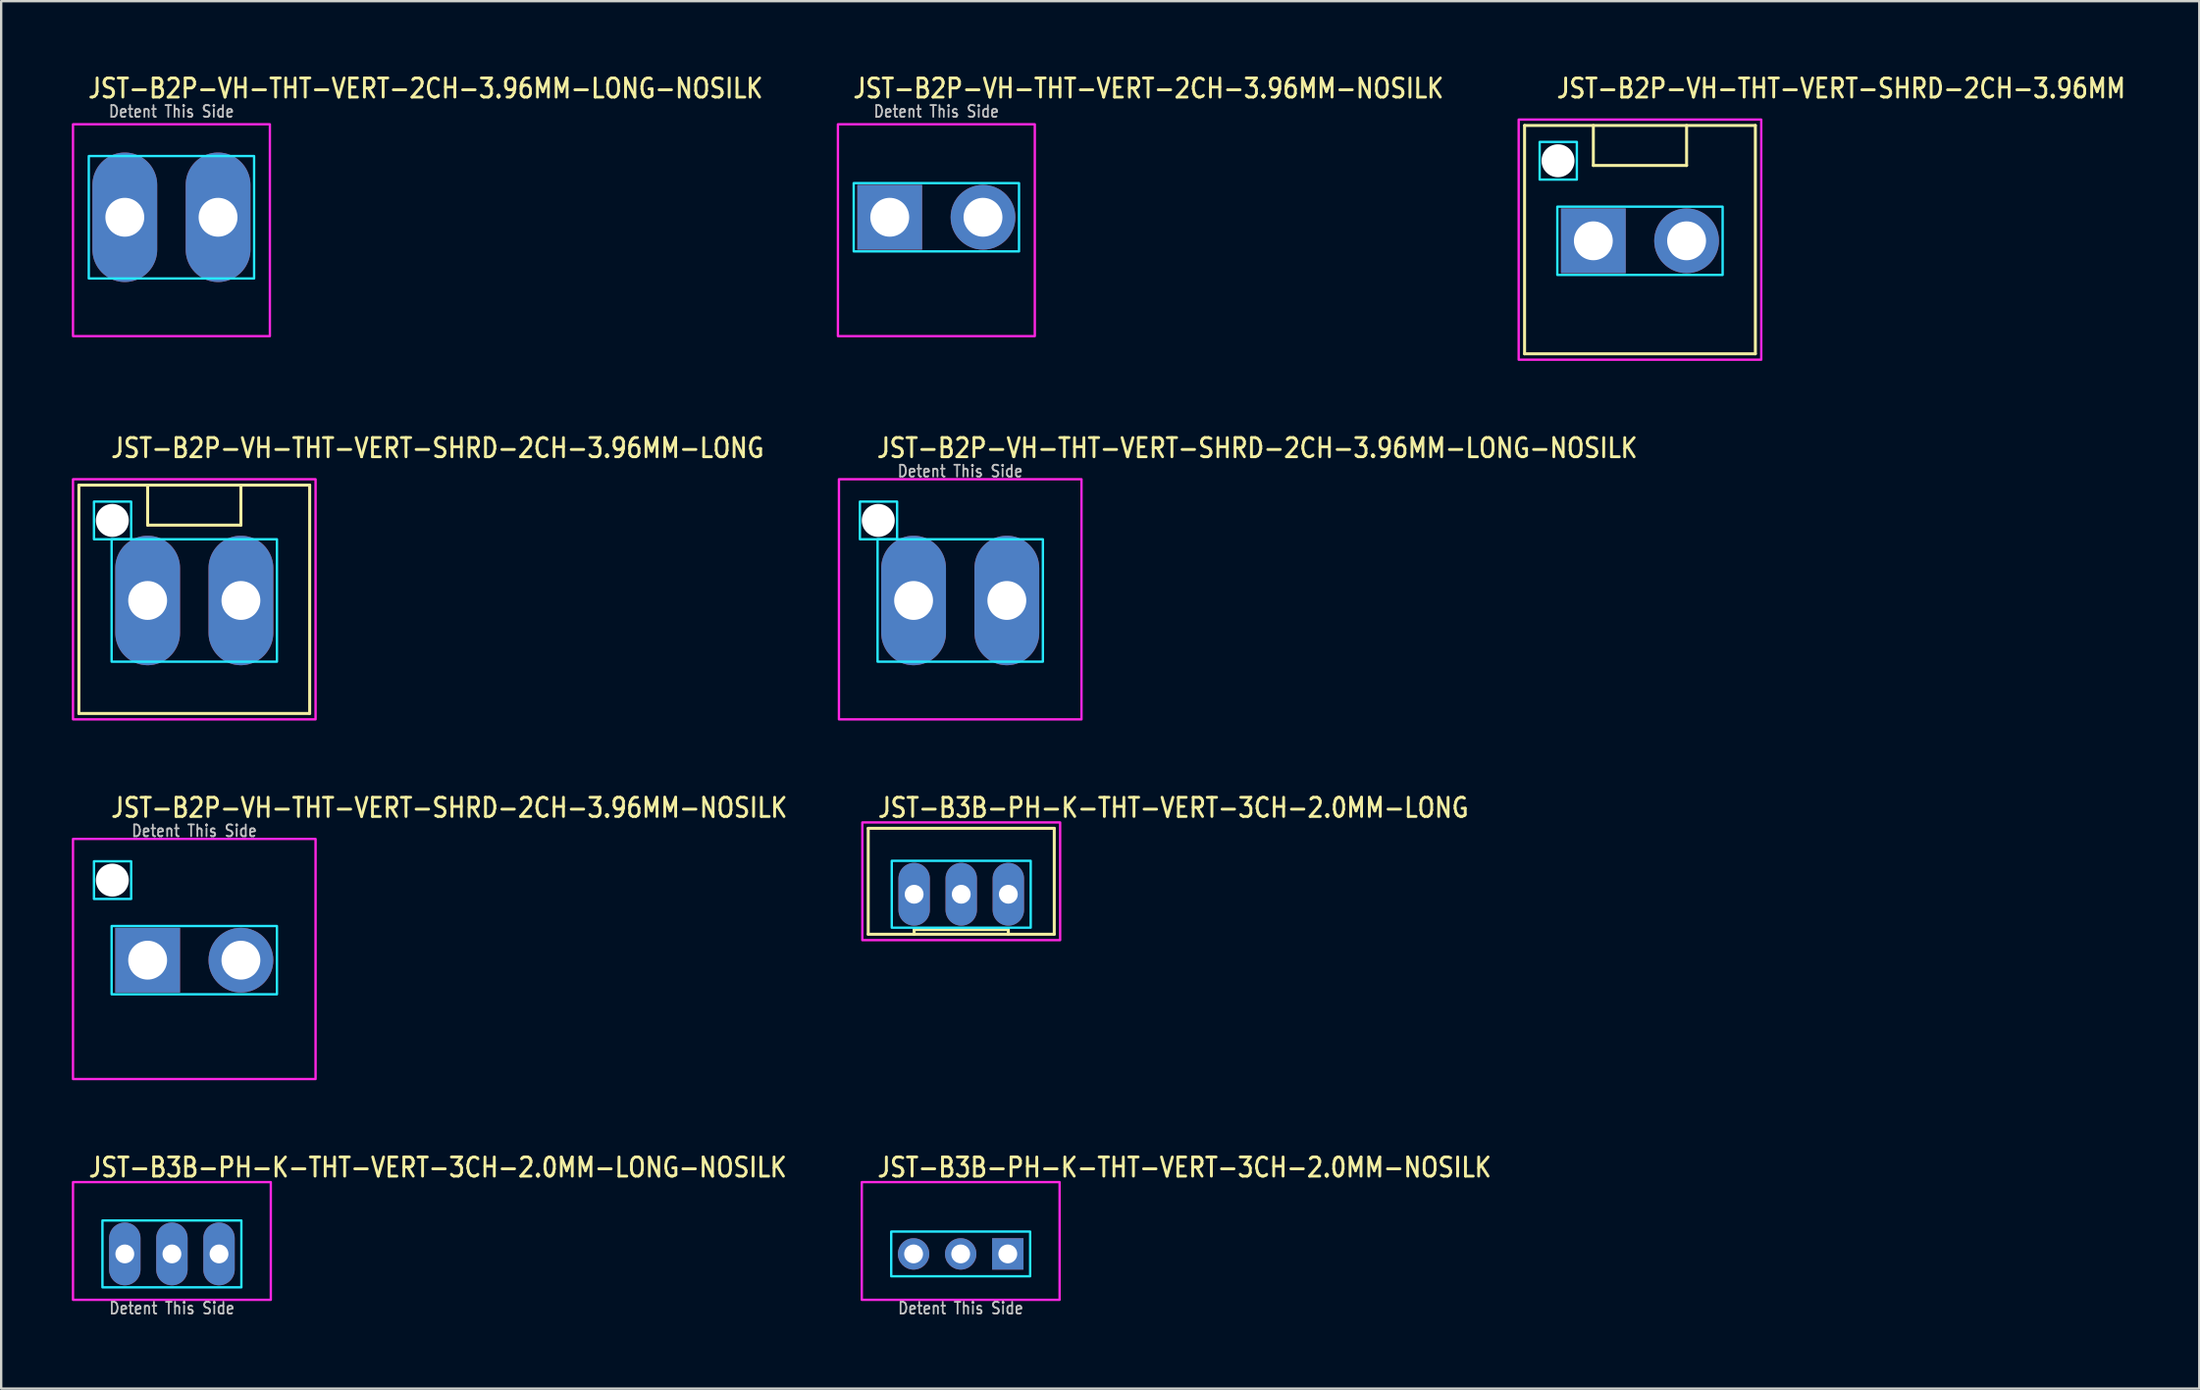
<source format=kicad_pcb>
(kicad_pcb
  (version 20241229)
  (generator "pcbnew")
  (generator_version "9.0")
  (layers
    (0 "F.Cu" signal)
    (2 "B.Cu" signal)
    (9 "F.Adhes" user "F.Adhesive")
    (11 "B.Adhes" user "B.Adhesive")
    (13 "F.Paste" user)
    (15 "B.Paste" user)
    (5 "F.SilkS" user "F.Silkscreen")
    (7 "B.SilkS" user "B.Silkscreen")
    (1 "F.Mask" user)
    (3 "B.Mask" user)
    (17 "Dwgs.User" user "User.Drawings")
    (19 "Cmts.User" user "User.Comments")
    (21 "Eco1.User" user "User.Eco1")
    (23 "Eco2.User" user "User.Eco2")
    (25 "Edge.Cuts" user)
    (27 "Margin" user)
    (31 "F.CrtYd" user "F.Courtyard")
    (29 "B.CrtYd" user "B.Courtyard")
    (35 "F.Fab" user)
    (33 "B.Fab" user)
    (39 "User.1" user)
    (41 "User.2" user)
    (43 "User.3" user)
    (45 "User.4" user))
  (footprint "JST-B3B-PH-K-THT-VERT-3CH-2.0MM-NOSILK"
    (layer "F.Cu")
    (at 37.745 50.214)
    (property "Reference" "JST-B3B-PH-K-THT-VERT-3CH-2.0MM-NOSILK" (at -3.6 -3.2 0) (unlocked yes) (layer "F.SilkS") (effects (font (size 0.813 0.695) (thickness 0.122)) (justify left bottom)))
    (fp_poly (pts (xy -2.95 -0.95) (xy -2.95 0.95) (xy 2.95 0.95) (xy 2.95 -0.95)) (stroke (width 0.1) (type solid)) (fill no) (layer "B.CrtYd"))
    (fp_poly (pts (xy -4.2 1.95) (xy -4.2 -3.05) (xy 4.2 -3.05) (xy 4.2 1.95)) (stroke (width 0.1) (type solid)) (fill no) (layer "F.CrtYd"))
    (fp_text user "Detent This Side" (at 0 2.6 0) (unlocked yes) (layer "Dwgs.User") (effects (font (size 0.5 0.427) (thickness 0.075)) (justify bottom)))
    (pad "1" thru_hole rect (at 2 0) (size 1.333 1.333) (drill 0.8) (layers "*.Cu" "*.Mask"))
    (pad "2" thru_hole oval (at 0 0) (size 1.333 1.333) (drill 0.8) (layers "*.Cu" "*.Mask"))
    (pad "3" thru_hole oval (at -2 0) (size 1.333 1.333) (drill 0.8) (layers "*.Cu" "*.Mask")))
  (footprint "JST-B3B-PH-K-THT-VERT-3CH-2.0MM-LONG"
    (layer "F.Cu")
    (at 37.768 34.936)
    (property "Reference" "JST-B3B-PH-K-THT-VERT-3CH-2.0MM-LONG" (at -3.6 -3.2 0) (unlocked yes) (layer "F.SilkS") (effects (font (size 0.813 0.695) (thickness 0.122)) (justify left bottom)))
    (fp_line (start -3.95 -2.8) (end -3.95 1.7) (stroke (width 0.127) (type solid)) (layer "F.SilkS"))
    (fp_line (start -3.95 -2.8) (end 3.95 -2.8) (stroke (width 0.127) (type solid)) (layer "F.SilkS"))
    (fp_line (start -3.95 1.7) (end 3.95 1.7) (stroke (width 0.127) (type solid)) (layer "F.SilkS"))
    (fp_line (start -2 1.7) (end -2 1.5) (stroke (width 0.127) (type solid)) (layer "F.SilkS"))
    (fp_line (start 2 1.5) (end -2 1.5) (stroke (width 0.127) (type solid)) (layer "F.SilkS"))
    (fp_line (start 2 1.7) (end 2 1.5) (stroke (width 0.127) (type solid)) (layer "F.SilkS"))
    (fp_line (start 3.95 1.7) (end 3.95 -2.8) (stroke (width 0.127) (type solid)) (layer "F.SilkS"))
    (fp_poly (pts (xy -2.95 -1.42) (xy -2.95 1.42) (xy 2.95 1.42) (xy 2.95 -1.42)) (stroke (width 0.1) (type solid)) (fill no) (layer "B.CrtYd"))
    (fp_poly (pts (xy -4.2 1.95) (xy -4.2 -3.05) (xy 4.2 -3.05) (xy 4.2 1.95)) (stroke (width 0.1) (type solid)) (fill no) (layer "F.CrtYd"))
    (pad "1" thru_hole oval (at 2 0 90) (size 2.667 1.333) (drill 0.8) (layers "*.Cu" "*.Mask"))
    (pad "2" thru_hole oval (at 0 0 90) (size 2.667 1.333) (drill 0.8) (layers "*.Cu" "*.Mask"))
    (pad "3" thru_hole oval (at -2 0 90) (size 2.667 1.333) (drill 0.8) (layers "*.Cu" "*.Mask")))
  (footprint "JST-B3B-PH-K-THT-VERT-3CH-2.0MM-LONG-NOSILK"
    (layer "F.Cu")
    (at 4.25 50.214)
    (property "Reference" "JST-B3B-PH-K-THT-VERT-3CH-2.0MM-LONG-NOSILK" (at -3.6 -3.2 0) (unlocked yes) (layer "F.SilkS") (effects (font (size 0.813 0.695) (thickness 0.122)) (justify left bottom)))
    (fp_poly (pts (xy -2.95 -1.42) (xy -2.95 1.42) (xy 2.95 1.42) (xy 2.95 -1.42)) (stroke (width 0.1) (type solid)) (fill no) (layer "B.CrtYd"))
    (fp_poly (pts (xy -4.2 1.95) (xy -4.2 -3.05) (xy 4.2 -3.05) (xy 4.2 1.95)) (stroke (width 0.1) (type solid)) (fill no) (layer "F.CrtYd"))
    (fp_text user "Detent This Side" (at 0 2.6 0) (unlocked yes) (layer "Dwgs.User") (effects (font (size 0.5 0.427) (thickness 0.075)) (justify bottom)))
    (pad "1" thru_hole oval (at 2 0 90) (size 2.667 1.333) (drill 0.8) (layers "*.Cu" "*.Mask"))
    (pad "2" thru_hole oval (at 0 0 90) (size 2.667 1.333) (drill 0.8) (layers "*.Cu" "*.Mask"))
    (pad "3" thru_hole oval (at -2 0 90) (size 2.667 1.333) (drill 0.8) (layers "*.Cu" "*.Mask")))
  (footprint "JST-B2P-VH-THT-VERT-SHRD-2CH-3.96MM"
    (layer "F.Cu")
    (at 66.59 7.179)
    (property "Reference" "JST-B2P-VH-THT-VERT-SHRD-2CH-3.96MM" (at -3.6 -6 0) (unlocked yes) (layer "F.SilkS") (effects (font (size 0.813 0.695) (thickness 0.122)) (justify left bottom)))
    (fp_line (start -4.9 -4.9) (end 4.9 -4.9) (stroke (width 0.127) (type solid)) (layer "F.SilkS"))
    (fp_line (start -4.9 4.8) (end -4.9 -4.9) (stroke (width 0.127) (type solid)) (layer "F.SilkS"))
    (fp_line (start -4.9 4.8) (end 4.9 4.8) (stroke (width 0.127) (type solid)) (layer "F.SilkS"))
    (fp_line (start -1.98 -4.9) (end -1.98 -3.2) (stroke (width 0.127) (type solid)) (layer "F.SilkS"))
    (fp_line (start -1.98 -3.2) (end 1.98 -3.2) (stroke (width 0.127) (type solid)) (layer "F.SilkS"))
    (fp_line (start 1.98 -4.9) (end 1.98 -3.2) (stroke (width 0.127) (type solid)) (layer "F.SilkS"))
    (fp_line (start 4.9 -4.9) (end 4.9 4.8) (stroke (width 0.127) (type solid)) (layer "F.SilkS"))
    (fp_poly (pts (xy -3.51 -1.45) (xy -3.51 1.45) (xy 3.51 1.45) (xy 3.51 -1.45)) (stroke (width 0.1) (type solid)) (fill no) (layer "B.CrtYd"))
    (fp_poly (pts (xy -2.68 -4.2) (xy -2.68 -2.6) (xy -4.26 -2.6) (xy -4.26 -4.2)) (stroke (width 0.1) (type solid)) (fill no) (layer "B.CrtYd"))
    (fp_poly (pts (xy -5.15 -5.15) (xy -5.15 5.05) (xy 5.15 5.05) (xy 5.15 -5.15)) (stroke (width 0.1) (type solid)) (fill no) (layer "F.CrtYd"))
    (pad "" np_thru_hole circle (at -3.48 -3.4) (size 1.4 1.4) (drill 1.4) (layers "*.Cu" "*.Mask"))
    (pad "1" thru_hole rect (at -1.98 0) (size 2.75 2.75) (drill 1.65) (layers "*.Cu" "*.Mask"))
    (pad "2" thru_hole oval (at 1.98 0) (size 2.75 2.75) (drill 1.65) (layers "*.Cu" "*.Mask")))
  (footprint "JST-B2P-VH-THT-VERT-2CH-3.96MM-LONG-NOSILK"
    (layer "F.Cu")
    (at 4.23 6.179)
    (property "Reference" "JST-B2P-VH-THT-VERT-2CH-3.96MM-LONG-NOSILK" (at -3.6 -5 0) (unlocked yes) (layer "F.SilkS") (effects (font (size 0.813 0.695) (thickness 0.122)) (justify left bottom)))
    (fp_poly (pts (xy -3.51 -2.6) (xy -3.51 2.6) (xy 3.51 2.6) (xy 3.51 -2.6)) (stroke (width 0.1) (type solid)) (fill no) (layer "B.CrtYd"))
    (fp_poly (pts (xy -4.18 -3.95) (xy -4.18 5.05) (xy 4.18 5.05) (xy 4.18 -3.95)) (stroke (width 0.1) (type solid)) (fill no) (layer "F.CrtYd"))
    (fp_text user "Detent This Side" (at 0 -4.2 0) (unlocked yes) (layer "Dwgs.User") (effects (font (size 0.5 0.427) (thickness 0.075)) (justify bottom)))
    (pad "1" thru_hole oval (at -1.98 0 90) (size 5.5 2.75) (drill 1.65) (layers "*.Cu" "*.Mask"))
    (pad "2" thru_hole oval (at 1.98 0 90) (size 5.5 2.75) (drill 1.65) (layers "*.Cu" "*.Mask")))
  (footprint "JST-B2P-VH-THT-VERT-2CH-3.96MM-NOSILK"
    (layer "F.Cu")
    (at 36.712 6.179)
    (property "Reference" "JST-B2P-VH-THT-VERT-2CH-3.96MM-NOSILK" (at -3.6 -5 0) (unlocked yes) (layer "F.SilkS") (effects (font (size 0.813 0.695) (thickness 0.122)) (justify left bottom)))
    (fp_poly (pts (xy -3.51 -1.45) (xy -3.51 1.45) (xy 3.51 1.45) (xy 3.51 -1.45)) (stroke (width 0.1) (type solid)) (fill no) (layer "B.CrtYd"))
    (fp_poly (pts (xy -4.18 -3.95) (xy -4.18 5.05) (xy 4.18 5.05) (xy 4.18 -3.95)) (stroke (width 0.1) (type solid)) (fill no) (layer "F.CrtYd"))
    (fp_text user "Detent This Side" (at 0 -4.2 0) (unlocked yes) (layer "Dwgs.User") (effects (font (size 0.5 0.427) (thickness 0.075)) (justify bottom)))
    (pad "1" thru_hole rect (at -1.98 0) (size 2.75 2.75) (drill 1.65) (layers "*.Cu" "*.Mask"))
    (pad "2" thru_hole oval (at 1.98 0) (size 2.75 2.75) (drill 1.65) (layers "*.Cu" "*.Mask")))
  (footprint "JST-B2P-VH-THT-VERT-SHRD-2CH-3.96MM-LONG"
    (layer "F.Cu")
    (at 5.2 22.457)
    (property "Reference" "JST-B2P-VH-THT-VERT-SHRD-2CH-3.96MM-LONG" (at -3.6 -6 0) (unlocked yes) (layer "F.SilkS") (effects (font (size 0.813 0.695) (thickness 0.122)) (justify left bottom)))
    (fp_line (start -4.9 -4.9) (end 4.9 -4.9) (stroke (width 0.127) (type solid)) (layer "F.SilkS"))
    (fp_line (start -4.9 4.8) (end -4.9 -4.9) (stroke (width 0.127) (type solid)) (layer "F.SilkS"))
    (fp_line (start -4.9 4.8) (end 4.9 4.8) (stroke (width 0.127) (type solid)) (layer "F.SilkS"))
    (fp_line (start -1.98 -4.9) (end -1.98 -3.2) (stroke (width 0.127) (type solid)) (layer "F.SilkS"))
    (fp_line (start -1.98 -3.2) (end 1.98 -3.2) (stroke (width 0.127) (type solid)) (layer "F.SilkS"))
    (fp_line (start 1.98 -4.9) (end 1.98 -3.2) (stroke (width 0.127) (type solid)) (layer "F.SilkS"))
    (fp_line (start 4.9 -4.9) (end 4.9 4.8) (stroke (width 0.127) (type solid)) (layer "F.SilkS"))
    (fp_poly (pts (xy -3.51 -2.6) (xy -3.51 2.6) (xy 3.51 2.6) (xy 3.51 -2.6)) (stroke (width 0.1) (type solid)) (fill no) (layer "B.CrtYd"))
    (fp_poly (pts (xy -2.68 -4.2) (xy -2.68 -2.6) (xy -4.26 -2.6) (xy -4.26 -4.2)) (stroke (width 0.1) (type solid)) (fill no) (layer "B.CrtYd"))
    (fp_poly (pts (xy -5.15 -5.15) (xy -5.15 5.05) (xy 5.15 5.05) (xy 5.15 -5.15)) (stroke (width 0.1) (type solid)) (fill no) (layer "F.CrtYd"))
    (pad "" np_thru_hole circle (at -3.48 -3.4) (size 1.4 1.4) (drill 1.4) (layers "*.Cu" "*.Mask"))
    (pad "1" thru_hole oval (at -1.98 0 90) (size 5.5 2.75) (drill 1.65) (layers "*.Cu" "*.Mask"))
    (pad "2" thru_hole oval (at 1.98 0 90) (size 5.5 2.75) (drill 1.65) (layers "*.Cu" "*.Mask")))
  (footprint "JST-B2P-VH-THT-VERT-SHRD-2CH-3.96MM-NOSILK"
    (layer "F.Cu")
    (at 5.2 37.736)
    (property "Reference" "JST-B2P-VH-THT-VERT-SHRD-2CH-3.96MM-NOSILK" (at -3.6 -6 0) (unlocked yes) (layer "F.SilkS") (effects (font (size 0.813 0.695) (thickness 0.122)) (justify left bottom)))
    (fp_poly (pts (xy -3.51 -1.45) (xy -3.51 1.45) (xy 3.51 1.45) (xy 3.51 -1.45)) (stroke (width 0.1) (type solid)) (fill no) (layer "B.CrtYd"))
    (fp_poly (pts (xy -2.68 -4.2) (xy -2.68 -2.6) (xy -4.26 -2.6) (xy -4.26 -4.2)) (stroke (width 0.1) (type solid)) (fill no) (layer "B.CrtYd"))
    (fp_poly (pts (xy -5.15 -5.15) (xy -5.15 5.05) (xy 5.15 5.05) (xy 5.15 -5.15)) (stroke (width 0.1) (type solid)) (fill no) (layer "F.CrtYd"))
    (fp_text user "Detent This Side" (at 0 -5.2 0) (unlocked yes) (layer "Dwgs.User") (effects (font (size 0.5 0.427) (thickness 0.075)) (justify bottom)))
    (pad "" np_thru_hole circle (at -3.48 -3.4) (size 1.4 1.4) (drill 1.4) (layers "*.Cu" "*.Mask"))
    (pad "1" thru_hole rect (at -1.98 0) (size 2.75 2.75) (drill 1.65) (layers "*.Cu" "*.Mask"))
    (pad "2" thru_hole oval (at 1.98 0) (size 2.75 2.75) (drill 1.65) (layers "*.Cu" "*.Mask")))
  (footprint "JST-B2P-VH-THT-VERT-SHRD-2CH-3.96MM-LONG-NOSILK"
    (layer "F.Cu")
    (at 37.725 22.457)
    (property "Reference" "JST-B2P-VH-THT-VERT-SHRD-2CH-3.96MM-LONG-NOSILK" (at -3.6 -6 0) (unlocked yes) (layer "F.SilkS") (effects (font (size 0.813 0.695) (thickness 0.122)) (justify left bottom)))
    (fp_poly (pts (xy -3.51 -2.6) (xy -3.51 2.6) (xy 3.51 2.6) (xy 3.51 -2.6)) (stroke (width 0.1) (type solid)) (fill no) (layer "B.CrtYd"))
    (fp_poly (pts (xy -2.68 -4.2) (xy -2.68 -2.6) (xy -4.26 -2.6) (xy -4.26 -4.2)) (stroke (width 0.1) (type solid)) (fill no) (layer "B.CrtYd"))
    (fp_poly (pts (xy -5.15 -5.15) (xy -5.15 5.05) (xy 5.15 5.05) (xy 5.15 -5.15)) (stroke (width 0.1) (type solid)) (fill no) (layer "F.CrtYd"))
    (fp_text user "Detent This Side" (at 0 -5.2 0) (unlocked yes) (layer "Dwgs.User") (effects (font (size 0.5 0.427) (thickness 0.075)) (justify bottom)))
    (pad "" np_thru_hole circle (at -3.48 -3.4) (size 1.4 1.4) (drill 1.4) (layers "*.Cu" "*.Mask"))
    (pad "1" thru_hole oval (at -1.98 0 90) (size 5.5 2.75) (drill 1.65) (layers "*.Cu" "*.Mask"))
    (pad "2" thru_hole oval (at 1.98 0 90) (size 5.5 2.75) (drill 1.65) (layers "*.Cu" "*.Mask")))
  (gr_rect
    (start -3 -3)
    (end 90.341 55.937)
    (stroke (width 0.1) (type default))
    (fill no)
    (layer "Edge.Cuts")))
</source>
